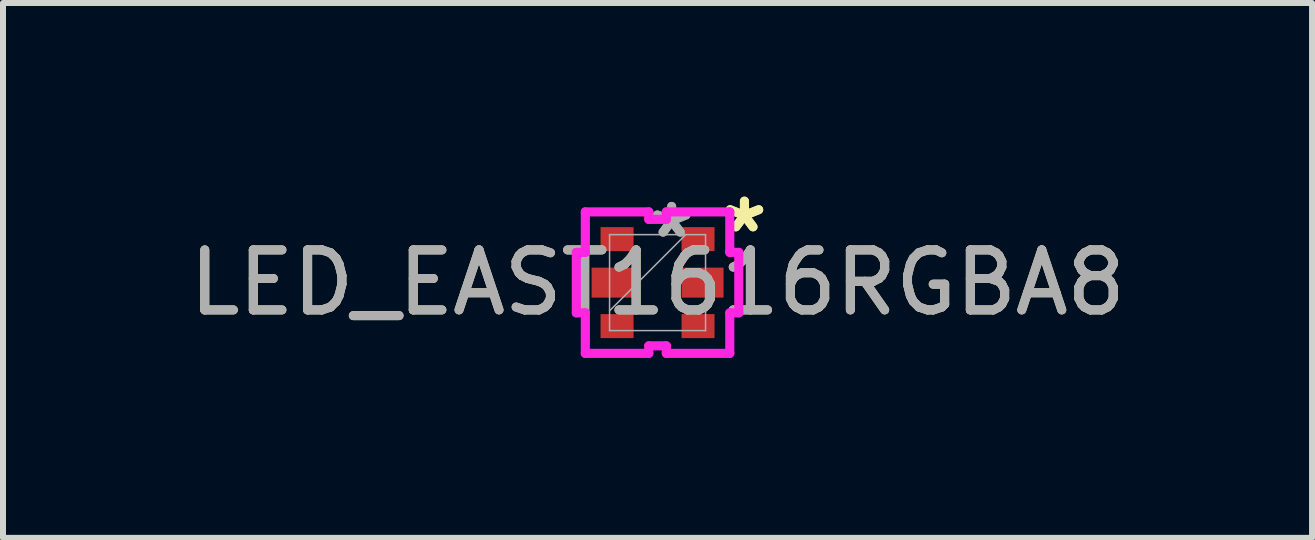
<source format=kicad_pcb>
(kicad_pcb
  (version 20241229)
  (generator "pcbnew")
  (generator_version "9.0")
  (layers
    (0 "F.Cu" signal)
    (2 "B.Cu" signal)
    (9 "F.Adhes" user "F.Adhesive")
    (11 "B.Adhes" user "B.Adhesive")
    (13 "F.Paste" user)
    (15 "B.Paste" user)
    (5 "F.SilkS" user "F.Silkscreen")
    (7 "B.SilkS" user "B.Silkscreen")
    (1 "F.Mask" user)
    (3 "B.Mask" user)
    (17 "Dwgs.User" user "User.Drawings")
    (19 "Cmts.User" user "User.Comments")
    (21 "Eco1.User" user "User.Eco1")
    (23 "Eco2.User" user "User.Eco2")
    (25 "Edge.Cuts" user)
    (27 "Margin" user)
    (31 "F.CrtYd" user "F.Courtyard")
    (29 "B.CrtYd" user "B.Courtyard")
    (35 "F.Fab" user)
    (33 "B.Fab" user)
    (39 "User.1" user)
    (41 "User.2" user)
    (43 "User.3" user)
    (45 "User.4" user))
  (footprint "LED_EAST1616RGBA8"
    (layer "F.Cu")
    (at 7.911 1.661)
    (property "Reference" "LED_EAST1616RGBA8" (at 0 0 0) (unlocked yes) (layer "F.SilkS") (effects (font (size 1 1) (thickness 0.15))))
    (attr smd)
    (fp_line (start -1.354 -0.504) (end -1.354 0.504) (stroke (width 0.152) (type solid)) (layer "F.CrtYd"))
    (fp_line (start -1.354 0.504) (end -1.204 0.504) (stroke (width 0.152) (type solid)) (layer "F.CrtYd"))
    (fp_line (start -1.204 -1.179) (end -1.204 -0.504) (stroke (width 0.152) (type solid)) (layer "F.CrtYd"))
    (fp_line (start -1.204 -0.504) (end -1.354 -0.504) (stroke (width 0.152) (type solid)) (layer "F.CrtYd"))
    (fp_line (start -1.204 0.504) (end -1.204 1.179) (stroke (width 0.152) (type solid)) (layer "F.CrtYd"))
    (fp_line (start -1.204 1.179) (end -0.146 1.179) (stroke (width 0.152) (type solid)) (layer "F.CrtYd"))
    (fp_line (start -0.146 -1.179) (end -1.204 -1.179) (stroke (width 0.152) (type solid)) (layer "F.CrtYd"))
    (fp_line (start -0.146 -1.054) (end -0.146 -1.179) (stroke (width 0.152) (type solid)) (layer "F.CrtYd"))
    (fp_line (start -0.146 1.054) (end 0.146 1.054) (stroke (width 0.152) (type solid)) (layer "F.CrtYd"))
    (fp_line (start -0.146 1.179) (end -0.146 1.054) (stroke (width 0.152) (type solid)) (layer "F.CrtYd"))
    (fp_line (start 0.146 -1.179) (end 0.146 -1.054) (stroke (width 0.152) (type solid)) (layer "F.CrtYd"))
    (fp_line (start 0.146 -1.054) (end -0.146 -1.054) (stroke (width 0.152) (type solid)) (layer "F.CrtYd"))
    (fp_line (start 0.146 1.054) (end 0.146 1.179) (stroke (width 0.152) (type solid)) (layer "F.CrtYd"))
    (fp_line (start 0.146 1.179) (end 1.204 1.179) (stroke (width 0.152) (type solid)) (layer "F.CrtYd"))
    (fp_line (start 1.204 -1.179) (end 0.146 -1.179) (stroke (width 0.152) (type solid)) (layer "F.CrtYd"))
    (fp_line (start 1.204 -0.504) (end 1.204 -1.179) (stroke (width 0.152) (type solid)) (layer "F.CrtYd"))
    (fp_line (start 1.204 0.504) (end 1.354 0.504) (stroke (width 0.152) (type solid)) (layer "F.CrtYd"))
    (fp_line (start 1.204 1.179) (end 1.204 0.504) (stroke (width 0.152) (type solid)) (layer "F.CrtYd"))
    (fp_line (start 1.354 -0.504) (end 1.204 -0.504) (stroke (width 0.152) (type solid)) (layer "F.CrtYd"))
    (fp_line (start 1.354 0.504) (end 1.354 -0.504) (stroke (width 0.152) (type solid)) (layer "F.CrtYd"))
    (fp_line (start -0.8 -0.8) (end -0.8 0.8) (stroke (width 0.025) (type solid)) (layer "F.Fab"))
    (fp_line (start -0.8 0.47) (end 0.47 -0.8) (stroke (width 0.025) (type solid)) (layer "F.Fab"))
    (fp_line (start -0.8 0.8) (end 0.8 0.8) (stroke (width 0.025) (type solid)) (layer "F.Fab"))
    (fp_line (start 0.8 -0.8) (end -0.8 -0.8) (stroke (width 0.025) (type solid)) (layer "F.Fab"))
    (fp_line (start 0.8 0.8) (end 0.8 -0.8) (stroke (width 0.025) (type solid)) (layer "F.Fab"))
    (fp_text user "*" (at 1.448 -0.813 0) (layer "F.SilkS") (effects (font (size 1 1) (thickness 0.15))))
    (fp_text user "*" (at 1.448 -0.813 0) (unlocked yes) (layer "F.SilkS") (effects (font (size 1 1) (thickness 0.15))))
    (fp_text user "*" (at 0.235 -0.725 0) (layer "F.Fab") (effects (font (size 1 1) (thickness 0.15))))
    (fp_text user "*" (at 0.235 -0.725 0) (unlocked yes) (layer "F.Fab") (effects (font (size 1 1) (thickness 0.15))))
    (fp_text user "${REFERENCE}" (at 0 0 0) (unlocked yes) (layer "F.Fab") (effects (font (size 1 1) (thickness 0.15))))
    (pad "1" smd rect (at 0.675 -0.725) (size 0.55 0.4) (layers "F.Cu" "F.Mask" "F.Paste"))
    (pad "2" smd rect (at -0.675 -0.725) (size 0.55 0.4) (layers "F.Cu" "F.Mask" "F.Paste"))
    (pad "3" smd rect (at 0.75 0) (size 0.7 0.5) (layers "F.Cu" "F.Mask" "F.Paste"))
    (pad "4" smd rect (at -0.75 0) (size 0.7 0.5) (layers "F.Cu" "F.Mask" "F.Paste"))
    (pad "5" smd rect (at 0.675 0.725) (size 0.55 0.4) (layers "F.Cu" "F.Mask" "F.Paste"))
    (pad "6" smd rect (at -0.675 0.725) (size 0.55 0.4) (layers "F.Cu" "F.Mask" "F.Paste")))
  (gr_rect
    (start -3 -3)
    (end 18.821 5.916)
    (stroke (width 0.1) (type default))
    (fill no)
    (layer "Edge.Cuts")))
</source>
